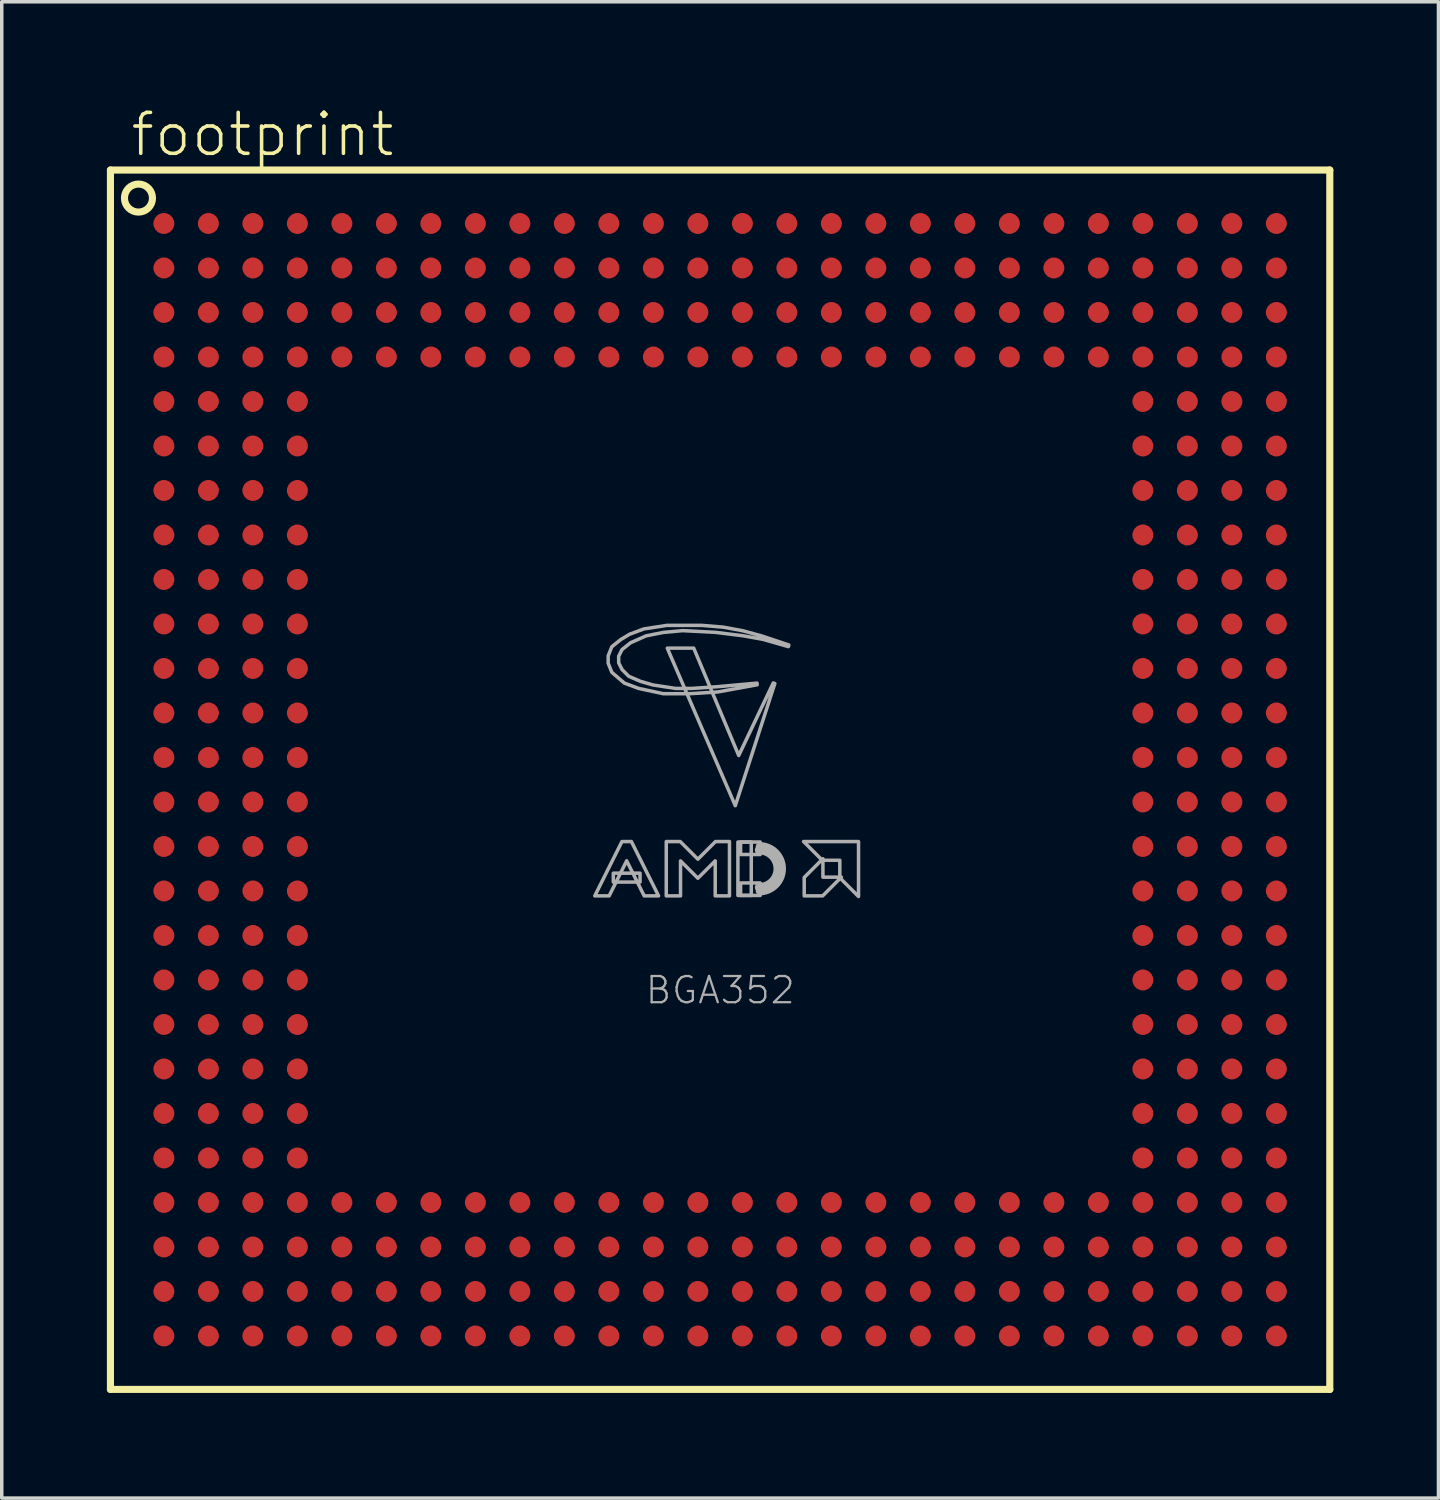
<source format=kicad_pcb>
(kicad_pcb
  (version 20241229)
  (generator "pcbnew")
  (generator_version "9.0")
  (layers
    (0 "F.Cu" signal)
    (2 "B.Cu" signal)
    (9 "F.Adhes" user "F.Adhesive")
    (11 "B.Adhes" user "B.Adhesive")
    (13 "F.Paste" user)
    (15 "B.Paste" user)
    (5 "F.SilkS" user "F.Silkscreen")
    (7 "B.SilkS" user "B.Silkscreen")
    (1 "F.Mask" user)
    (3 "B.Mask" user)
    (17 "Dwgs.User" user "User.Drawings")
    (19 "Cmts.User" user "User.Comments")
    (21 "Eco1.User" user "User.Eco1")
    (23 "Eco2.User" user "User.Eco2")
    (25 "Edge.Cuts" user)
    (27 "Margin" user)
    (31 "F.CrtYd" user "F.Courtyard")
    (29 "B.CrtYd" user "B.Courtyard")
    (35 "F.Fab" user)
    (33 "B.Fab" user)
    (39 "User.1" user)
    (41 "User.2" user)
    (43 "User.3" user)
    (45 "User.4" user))
  (footprint "footprint"
    (layer "F.Cu")
    (at 17.502 19.203)
    (property "Reference" "footprint" (at -16.88 -17.73 0) (layer "F.SilkS") (effects (font (size 1.168 1.168) (thickness 0.102)) (justify left bottom)))
    (fp_line (start -17.4 -17.4) (end -17.4 17.4) (stroke (width 0.203) (type solid)) (layer "F.SilkS"))
    (fp_line (start -17.4 17.4) (end 17.4 17.4) (stroke (width 0.203) (type solid)) (layer "F.SilkS"))
    (fp_line (start 17.4 -17.4) (end -17.4 -17.4) (stroke (width 0.203) (type solid)) (layer "F.SilkS"))
    (fp_line (start 17.4 17.4) (end 17.4 -17.4) (stroke (width 0.203) (type solid)) (layer "F.SilkS"))
    (fp_circle (center -16.6 -16.6) (end -16.2 -16.6) (stroke (width 0.203) (type solid)) (fill no) (layer "F.SilkS"))
    (fp_arc (start 1.1176 1.8034) (mid 1.8542 2.54) (end 1.1176 3.2766) (stroke (width 0.0508) (type solid)) (layer "F.Fab"))
    (fp_arc (start 1.1176 1.905) (mid 1.7526 2.54) (end 1.1176 3.175) (stroke (width 0.2032) (type solid)) (layer "F.Fab"))
    (fp_arc (start 1.1176 2.0066) (mid 1.651 2.54) (end 1.1176 3.0734) (stroke (width 0.254) (type solid)) (layer "F.Fab"))
    (fp_poly (pts (xy -3.048 2.921) (xy -2.286 2.921) (xy -2.286 2.667) (xy -3.048 2.667)) (stroke (width 0.1) (type solid)) (fill no) (layer "F.Fab"))
    (fp_poly (pts (xy 0.508 3.302) (xy 0.889 3.302) (xy 0.889 1.778) (xy 0.508 1.778)) (stroke (width 0.1) (type solid)) (fill no) (layer "F.Fab"))
    (fp_poly (pts (xy 0.584 2.134) (xy 1.143 2.134) (xy 1.143 1.778) (xy 0.584 1.778)) (stroke (width 0.1) (type solid)) (fill no) (layer "F.Fab"))
    (fp_poly (pts (xy 0.584 3.302) (xy 1.143 3.302) (xy 1.143 2.946) (xy 0.584 2.946)) (stroke (width 0.1) (type solid)) (fill no) (layer "F.Fab"))
    (fp_poly (pts (xy 0.531 -0.691) (xy 1.517 -2.762) (xy 1.561 -2.745) (xy 0.433 0.741) (xy -1.508 -3.755) (xy -0.753 -3.755)) (stroke (width 0.1) (type solid)) (fill no) (layer "F.Fab"))
    (fp_poly (pts (xy 2.934 2.781) (xy 3.46 2.781) (xy 2.926 3.315) (xy 2.4 3.315) (xy 2.4 2.789) (xy 2.934 2.255)) (stroke (width 0.1) (type solid)) (fill no) (layer "F.Fab"))
    (fp_poly (pts (xy 3.95 3.333) (xy 3.416 2.799) (xy 3.416 2.299) (xy 2.916 2.299) (xy 2.382 1.765) (xy 3.95 1.765)) (stroke (width 0.1) (type solid)) (fill no) (layer "F.Fab"))
    (fp_poly (pts (xy -1.757 3.315) (xy -2.167 3.315) (xy -2.667 2.314) (xy -3.167 3.315) (xy -3.577 3.315) (xy -2.802 1.765) (xy -2.532 1.765)) (stroke (width 0.1) (type solid)) (fill no) (layer "F.Fab"))
    (fp_poly (pts (xy -0.635 2.268) (xy -0.132 1.765) (xy 0.267 1.765) (xy 0.267 3.315) (xy -0.14 3.315) (xy -0.14 2.317) (xy -0.635 2.812) (xy -1.13 2.317) (xy -1.13 3.315) (xy -1.537 3.315) (xy -1.537 1.765) (xy -1.138 1.765)) (stroke (width 0.1) (type solid)) (fill no) (layer "F.Fab"))
    (fp_poly (pts (xy 0.083 -4.355) (xy 0.636 -4.254) (xy 1.187 -4.104) (xy 1.961 -3.846) (xy 1.947 -3.799) (xy 1.224 -4.006) (xy 0.676 -4.105) (xy -0.122 -4.205) (xy -1.07 -4.255) (xy -1.616 -4.205) (xy -2.112 -4.106) (xy -2.557 -3.908) (xy -2.8 -3.714) (xy -2.895 -3.524) (xy -2.895 -3.336) (xy -2.799 -3.145) (xy -2.606 -2.951) (xy -2.262 -2.804) (xy -1.915 -2.704) (xy -1.268 -2.605) (xy -0.821 -2.605) (xy -0.072 -2.655) (xy 1.052 -2.757) (xy 1.058 -2.71) (xy -0.067 -2.505) (xy -0.869 -2.455) (xy -1.623 -2.455) (xy -2.327 -2.606) (xy -2.733 -2.758) (xy -3.091 -3.065) (xy -3.195 -3.325) (xy -3.195 -3.535) (xy -3.091 -3.795) (xy -2.834 -4.001) (xy -2.581 -4.153) (xy -2.176 -4.304) (xy -1.522 -4.405) (xy -0.519 -4.405)) (stroke (width 0.1) (type solid)) (fill no) (layer "F.Fab"))
    (fp_text user "BGA352" (at -2.175 6.445 0) (layer "F.Fab") (effects (font (size 0.748 0.748) (thickness 0.065)) (justify left bottom)))
    (pad "A1" smd roundrect (at -15.875 -15.875) (size 0.6 0.6) (layers "F.Cu" "F.Mask" "F.Paste") (roundrect_rratio 0.5))
    (pad "A2" smd roundrect (at -14.605 -15.875) (size 0.6 0.6) (layers "F.Cu" "F.Mask" "F.Paste") (roundrect_rratio 0.5))
    (pad "A3" smd roundrect (at -13.335 -15.875) (size 0.6 0.6) (layers "F.Cu" "F.Mask" "F.Paste") (roundrect_rratio 0.5))
    (pad "A4" smd roundrect (at -12.065 -15.875) (size 0.6 0.6) (layers "F.Cu" "F.Mask" "F.Paste") (roundrect_rratio 0.5))
    (pad "A5" smd roundrect (at -10.795 -15.875) (size 0.6 0.6) (layers "F.Cu" "F.Mask" "F.Paste") (roundrect_rratio 0.5))
    (pad "A6" smd roundrect (at -9.525 -15.875) (size 0.6 0.6) (layers "F.Cu" "F.Mask" "F.Paste") (roundrect_rratio 0.5))
    (pad "A7" smd roundrect (at -8.255 -15.875) (size 0.6 0.6) (layers "F.Cu" "F.Mask" "F.Paste") (roundrect_rratio 0.5))
    (pad "A8" smd roundrect (at -6.985 -15.875) (size 0.6 0.6) (layers "F.Cu" "F.Mask" "F.Paste") (roundrect_rratio 0.5))
    (pad "A9" smd roundrect (at -5.715 -15.875) (size 0.6 0.6) (layers "F.Cu" "F.Mask" "F.Paste") (roundrect_rratio 0.5))
    (pad "A10" smd roundrect (at -4.445 -15.875) (size 0.6 0.6) (layers "F.Cu" "F.Mask" "F.Paste") (roundrect_rratio 0.5))
    (pad "A11" smd roundrect (at -3.175 -15.875) (size 0.6 0.6) (layers "F.Cu" "F.Mask" "F.Paste") (roundrect_rratio 0.5))
    (pad "A12" smd roundrect (at -1.905 -15.875) (size 0.6 0.6) (layers "F.Cu" "F.Mask" "F.Paste") (roundrect_rratio 0.5))
    (pad "A13" smd roundrect (at -0.635 -15.875) (size 0.6 0.6) (layers "F.Cu" "F.Mask" "F.Paste") (roundrect_rratio 0.5))
    (pad "A14" smd roundrect (at 0.635 -15.875) (size 0.6 0.6) (layers "F.Cu" "F.Mask" "F.Paste") (roundrect_rratio 0.5))
    (pad "A15" smd roundrect (at 1.905 -15.875) (size 0.6 0.6) (layers "F.Cu" "F.Mask" "F.Paste") (roundrect_rratio 0.5))
    (pad "A16" smd roundrect (at 3.175 -15.875) (size 0.6 0.6) (layers "F.Cu" "F.Mask" "F.Paste") (roundrect_rratio 0.5))
    (pad "A17" smd roundrect (at 4.445 -15.875) (size 0.6 0.6) (layers "F.Cu" "F.Mask" "F.Paste") (roundrect_rratio 0.5))
    (pad "A18" smd roundrect (at 5.715 -15.875) (size 0.6 0.6) (layers "F.Cu" "F.Mask" "F.Paste") (roundrect_rratio 0.5))
    (pad "A19" smd roundrect (at 6.985 -15.875) (size 0.6 0.6) (layers "F.Cu" "F.Mask" "F.Paste") (roundrect_rratio 0.5))
    (pad "A20" smd roundrect (at 8.255 -15.875) (size 0.6 0.6) (layers "F.Cu" "F.Mask" "F.Paste") (roundrect_rratio 0.5))
    (pad "A21" smd roundrect (at 9.525 -15.875) (size 0.6 0.6) (layers "F.Cu" "F.Mask" "F.Paste") (roundrect_rratio 0.5))
    (pad "A22" smd roundrect (at 10.795 -15.875) (size 0.6 0.6) (layers "F.Cu" "F.Mask" "F.Paste") (roundrect_rratio 0.5))
    (pad "A23" smd roundrect (at 12.065 -15.875) (size 0.6 0.6) (layers "F.Cu" "F.Mask" "F.Paste") (roundrect_rratio 0.5))
    (pad "A24" smd roundrect (at 13.335 -15.875) (size 0.6 0.6) (layers "F.Cu" "F.Mask" "F.Paste") (roundrect_rratio 0.5))
    (pad "A25" smd roundrect (at 14.605 -15.875) (size 0.6 0.6) (layers "F.Cu" "F.Mask" "F.Paste") (roundrect_rratio 0.5))
    (pad "A26" smd roundrect (at 15.875 -15.875) (size 0.6 0.6) (layers "F.Cu" "F.Mask" "F.Paste") (roundrect_rratio 0.5))
    (pad "AA1" smd roundrect (at -15.875 9.525) (size 0.6 0.6) (layers "F.Cu" "F.Mask" "F.Paste") (roundrect_rratio 0.5))
    (pad "AA2" smd roundrect (at -14.605 9.525) (size 0.6 0.6) (layers "F.Cu" "F.Mask" "F.Paste") (roundrect_rratio 0.5))
    (pad "AA3" smd roundrect (at -13.335 9.525) (size 0.6 0.6) (layers "F.Cu" "F.Mask" "F.Paste") (roundrect_rratio 0.5))
    (pad "AA4" smd roundrect (at -12.065 9.525) (size 0.6 0.6) (layers "F.Cu" "F.Mask" "F.Paste") (roundrect_rratio 0.5))
    (pad "AA23" smd roundrect (at 12.065 9.525) (size 0.6 0.6) (layers "F.Cu" "F.Mask" "F.Paste") (roundrect_rratio 0.5))
    (pad "AA24" smd roundrect (at 13.335 9.525) (size 0.6 0.6) (layers "F.Cu" "F.Mask" "F.Paste") (roundrect_rratio 0.5))
    (pad "AA25" smd roundrect (at 14.605 9.525) (size 0.6 0.6) (layers "F.Cu" "F.Mask" "F.Paste") (roundrect_rratio 0.5))
    (pad "AA26" smd roundrect (at 15.875 9.525) (size 0.6 0.6) (layers "F.Cu" "F.Mask" "F.Paste") (roundrect_rratio 0.5))
    (pad "AB1" smd roundrect (at -15.875 10.795) (size 0.6 0.6) (layers "F.Cu" "F.Mask" "F.Paste") (roundrect_rratio 0.5))
    (pad "AB2" smd roundrect (at -14.605 10.795) (size 0.6 0.6) (layers "F.Cu" "F.Mask" "F.Paste") (roundrect_rratio 0.5))
    (pad "AB3" smd roundrect (at -13.335 10.795) (size 0.6 0.6) (layers "F.Cu" "F.Mask" "F.Paste") (roundrect_rratio 0.5))
    (pad "AB4" smd roundrect (at -12.065 10.795) (size 0.6 0.6) (layers "F.Cu" "F.Mask" "F.Paste") (roundrect_rratio 0.5))
    (pad "AB23" smd roundrect (at 12.065 10.795) (size 0.6 0.6) (layers "F.Cu" "F.Mask" "F.Paste") (roundrect_rratio 0.5))
    (pad "AB24" smd roundrect (at 13.335 10.795) (size 0.6 0.6) (layers "F.Cu" "F.Mask" "F.Paste") (roundrect_rratio 0.5))
    (pad "AB25" smd roundrect (at 14.605 10.795) (size 0.6 0.6) (layers "F.Cu" "F.Mask" "F.Paste") (roundrect_rratio 0.5))
    (pad "AB26" smd roundrect (at 15.875 10.795) (size 0.6 0.6) (layers "F.Cu" "F.Mask" "F.Paste") (roundrect_rratio 0.5))
    (pad "AC1" smd roundrect (at -15.875 12.065) (size 0.6 0.6) (layers "F.Cu" "F.Mask" "F.Paste") (roundrect_rratio 0.5))
    (pad "AC2" smd roundrect (at -14.605 12.065) (size 0.6 0.6) (layers "F.Cu" "F.Mask" "F.Paste") (roundrect_rratio 0.5))
    (pad "AC3" smd roundrect (at -13.335 12.065) (size 0.6 0.6) (layers "F.Cu" "F.Mask" "F.Paste") (roundrect_rratio 0.5))
    (pad "AC4" smd roundrect (at -12.065 12.065) (size 0.6 0.6) (layers "F.Cu" "F.Mask" "F.Paste") (roundrect_rratio 0.5))
    (pad "AC5" smd roundrect (at -10.795 12.065) (size 0.6 0.6) (layers "F.Cu" "F.Mask" "F.Paste") (roundrect_rratio 0.5))
    (pad "AC6" smd roundrect (at -9.525 12.065) (size 0.6 0.6) (layers "F.Cu" "F.Mask" "F.Paste") (roundrect_rratio 0.5))
    (pad "AC7" smd roundrect (at -8.255 12.065) (size 0.6 0.6) (layers "F.Cu" "F.Mask" "F.Paste") (roundrect_rratio 0.5))
    (pad "AC8" smd roundrect (at -6.985 12.065) (size 0.6 0.6) (layers "F.Cu" "F.Mask" "F.Paste") (roundrect_rratio 0.5))
    (pad "AC9" smd roundrect (at -5.715 12.065) (size 0.6 0.6) (layers "F.Cu" "F.Mask" "F.Paste") (roundrect_rratio 0.5))
    (pad "AC10" smd roundrect (at -4.445 12.065) (size 0.6 0.6) (layers "F.Cu" "F.Mask" "F.Paste") (roundrect_rratio 0.5))
    (pad "AC11" smd roundrect (at -3.175 12.065) (size 0.6 0.6) (layers "F.Cu" "F.Mask" "F.Paste") (roundrect_rratio 0.5))
    (pad "AC12" smd roundrect (at -1.905 12.065) (size 0.6 0.6) (layers "F.Cu" "F.Mask" "F.Paste") (roundrect_rratio 0.5))
    (pad "AC13" smd roundrect (at -0.635 12.065) (size 0.6 0.6) (layers "F.Cu" "F.Mask" "F.Paste") (roundrect_rratio 0.5))
    (pad "AC14" smd roundrect (at 0.635 12.065) (size 0.6 0.6) (layers "F.Cu" "F.Mask" "F.Paste") (roundrect_rratio 0.5))
    (pad "AC15" smd roundrect (at 1.905 12.065) (size 0.6 0.6) (layers "F.Cu" "F.Mask" "F.Paste") (roundrect_rratio 0.5))
    (pad "AC16" smd roundrect (at 3.175 12.065) (size 0.6 0.6) (layers "F.Cu" "F.Mask" "F.Paste") (roundrect_rratio 0.5))
    (pad "AC17" smd roundrect (at 4.445 12.065) (size 0.6 0.6) (layers "F.Cu" "F.Mask" "F.Paste") (roundrect_rratio 0.5))
    (pad "AC18" smd roundrect (at 5.715 12.065) (size 0.6 0.6) (layers "F.Cu" "F.Mask" "F.Paste") (roundrect_rratio 0.5))
    (pad "AC19" smd roundrect (at 6.985 12.065) (size 0.6 0.6) (layers "F.Cu" "F.Mask" "F.Paste") (roundrect_rratio 0.5))
    (pad "AC20" smd roundrect (at 8.255 12.065) (size 0.6 0.6) (layers "F.Cu" "F.Mask" "F.Paste") (roundrect_rratio 0.5))
    (pad "AC21" smd roundrect (at 9.525 12.065) (size 0.6 0.6) (layers "F.Cu" "F.Mask" "F.Paste") (roundrect_rratio 0.5))
    (pad "AC22" smd roundrect (at 10.795 12.065) (size 0.6 0.6) (layers "F.Cu" "F.Mask" "F.Paste") (roundrect_rratio 0.5))
    (pad "AC23" smd roundrect (at 12.065 12.065) (size 0.6 0.6) (layers "F.Cu" "F.Mask" "F.Paste") (roundrect_rratio 0.5))
    (pad "AC24" smd roundrect (at 13.335 12.065) (size 0.6 0.6) (layers "F.Cu" "F.Mask" "F.Paste") (roundrect_rratio 0.5))
    (pad "AC25" smd roundrect (at 14.605 12.065) (size 0.6 0.6) (layers "F.Cu" "F.Mask" "F.Paste") (roundrect_rratio 0.5))
    (pad "AC26" smd roundrect (at 15.875 12.065) (size 0.6 0.6) (layers "F.Cu" "F.Mask" "F.Paste") (roundrect_rratio 0.5))
    (pad "AD1" smd roundrect (at -15.875 13.335) (size 0.6 0.6) (layers "F.Cu" "F.Mask" "F.Paste") (roundrect_rratio 0.5))
    (pad "AD2" smd roundrect (at -14.605 13.335) (size 0.6 0.6) (layers "F.Cu" "F.Mask" "F.Paste") (roundrect_rratio 0.5))
    (pad "AD3" smd roundrect (at -13.335 13.335) (size 0.6 0.6) (layers "F.Cu" "F.Mask" "F.Paste") (roundrect_rratio 0.5))
    (pad "AD4" smd roundrect (at -12.065 13.335) (size 0.6 0.6) (layers "F.Cu" "F.Mask" "F.Paste") (roundrect_rratio 0.5))
    (pad "AD5" smd roundrect (at -10.795 13.335) (size 0.6 0.6) (layers "F.Cu" "F.Mask" "F.Paste") (roundrect_rratio 0.5))
    (pad "AD6" smd roundrect (at -9.525 13.335) (size 0.6 0.6) (layers "F.Cu" "F.Mask" "F.Paste") (roundrect_rratio 0.5))
    (pad "AD7" smd roundrect (at -8.255 13.335) (size 0.6 0.6) (layers "F.Cu" "F.Mask" "F.Paste") (roundrect_rratio 0.5))
    (pad "AD8" smd roundrect (at -6.985 13.335) (size 0.6 0.6) (layers "F.Cu" "F.Mask" "F.Paste") (roundrect_rratio 0.5))
    (pad "AD9" smd roundrect (at -5.715 13.335) (size 0.6 0.6) (layers "F.Cu" "F.Mask" "F.Paste") (roundrect_rratio 0.5))
    (pad "AD10" smd roundrect (at -4.445 13.335) (size 0.6 0.6) (layers "F.Cu" "F.Mask" "F.Paste") (roundrect_rratio 0.5))
    (pad "AD11" smd roundrect (at -3.175 13.335) (size 0.6 0.6) (layers "F.Cu" "F.Mask" "F.Paste") (roundrect_rratio 0.5))
    (pad "AD12" smd roundrect (at -1.905 13.335) (size 0.6 0.6) (layers "F.Cu" "F.Mask" "F.Paste") (roundrect_rratio 0.5))
    (pad "AD13" smd roundrect (at -0.635 13.335) (size 0.6 0.6) (layers "F.Cu" "F.Mask" "F.Paste") (roundrect_rratio 0.5))
    (pad "AD14" smd roundrect (at 0.635 13.335) (size 0.6 0.6) (layers "F.Cu" "F.Mask" "F.Paste") (roundrect_rratio 0.5))
    (pad "AD15" smd roundrect (at 1.905 13.335) (size 0.6 0.6) (layers "F.Cu" "F.Mask" "F.Paste") (roundrect_rratio 0.5))
    (pad "AD16" smd roundrect (at 3.175 13.335) (size 0.6 0.6) (layers "F.Cu" "F.Mask" "F.Paste") (roundrect_rratio 0.5))
    (pad "AD17" smd roundrect (at 4.445 13.335) (size 0.6 0.6) (layers "F.Cu" "F.Mask" "F.Paste") (roundrect_rratio 0.5))
    (pad "AD18" smd roundrect (at 5.715 13.335) (size 0.6 0.6) (layers "F.Cu" "F.Mask" "F.Paste") (roundrect_rratio 0.5))
    (pad "AD19" smd roundrect (at 6.985 13.335) (size 0.6 0.6) (layers "F.Cu" "F.Mask" "F.Paste") (roundrect_rratio 0.5))
    (pad "AD20" smd roundrect (at 8.255 13.335) (size 0.6 0.6) (layers "F.Cu" "F.Mask" "F.Paste") (roundrect_rratio 0.5))
    (pad "AD21" smd roundrect (at 9.525 13.335) (size 0.6 0.6) (layers "F.Cu" "F.Mask" "F.Paste") (roundrect_rratio 0.5))
    (pad "AD22" smd roundrect (at 10.795 13.335) (size 0.6 0.6) (layers "F.Cu" "F.Mask" "F.Paste") (roundrect_rratio 0.5))
    (pad "AD23" smd roundrect (at 12.065 13.335) (size 0.6 0.6) (layers "F.Cu" "F.Mask" "F.Paste") (roundrect_rratio 0.5))
    (pad "AD24" smd roundrect (at 13.335 13.335) (size 0.6 0.6) (layers "F.Cu" "F.Mask" "F.Paste") (roundrect_rratio 0.5))
    (pad "AD25" smd roundrect (at 14.605 13.335) (size 0.6 0.6) (layers "F.Cu" "F.Mask" "F.Paste") (roundrect_rratio 0.5))
    (pad "AD26" smd roundrect (at 15.875 13.335) (size 0.6 0.6) (layers "F.Cu" "F.Mask" "F.Paste") (roundrect_rratio 0.5))
    (pad "AE1" smd roundrect (at -15.875 14.605) (size 0.6 0.6) (layers "F.Cu" "F.Mask" "F.Paste") (roundrect_rratio 0.5))
    (pad "AE2" smd roundrect (at -14.605 14.605) (size 0.6 0.6) (layers "F.Cu" "F.Mask" "F.Paste") (roundrect_rratio 0.5))
    (pad "AE3" smd roundrect (at -13.335 14.605) (size 0.6 0.6) (layers "F.Cu" "F.Mask" "F.Paste") (roundrect_rratio 0.5))
    (pad "AE4" smd roundrect (at -12.065 14.605) (size 0.6 0.6) (layers "F.Cu" "F.Mask" "F.Paste") (roundrect_rratio 0.5))
    (pad "AE5" smd roundrect (at -10.795 14.605) (size 0.6 0.6) (layers "F.Cu" "F.Mask" "F.Paste") (roundrect_rratio 0.5))
    (pad "AE6" smd roundrect (at -9.525 14.605) (size 0.6 0.6) (layers "F.Cu" "F.Mask" "F.Paste") (roundrect_rratio 0.5))
    (pad "AE7" smd roundrect (at -8.255 14.605) (size 0.6 0.6) (layers "F.Cu" "F.Mask" "F.Paste") (roundrect_rratio 0.5))
    (pad "AE8" smd roundrect (at -6.985 14.605) (size 0.6 0.6) (layers "F.Cu" "F.Mask" "F.Paste") (roundrect_rratio 0.5))
    (pad "AE9" smd roundrect (at -5.715 14.605) (size 0.6 0.6) (layers "F.Cu" "F.Mask" "F.Paste") (roundrect_rratio 0.5))
    (pad "AE10" smd roundrect (at -4.445 14.605) (size 0.6 0.6) (layers "F.Cu" "F.Mask" "F.Paste") (roundrect_rratio 0.5))
    (pad "AE11" smd roundrect (at -3.175 14.605) (size 0.6 0.6) (layers "F.Cu" "F.Mask" "F.Paste") (roundrect_rratio 0.5))
    (pad "AE12" smd roundrect (at -1.905 14.605) (size 0.6 0.6) (layers "F.Cu" "F.Mask" "F.Paste") (roundrect_rratio 0.5))
    (pad "AE13" smd roundrect (at -0.635 14.605) (size 0.6 0.6) (layers "F.Cu" "F.Mask" "F.Paste") (roundrect_rratio 0.5))
    (pad "AE14" smd roundrect (at 0.635 14.605) (size 0.6 0.6) (layers "F.Cu" "F.Mask" "F.Paste") (roundrect_rratio 0.5))
    (pad "AE15" smd roundrect (at 1.905 14.605) (size 0.6 0.6) (layers "F.Cu" "F.Mask" "F.Paste") (roundrect_rratio 0.5))
    (pad "AE16" smd roundrect (at 3.175 14.605) (size 0.6 0.6) (layers "F.Cu" "F.Mask" "F.Paste") (roundrect_rratio 0.5))
    (pad "AE17" smd roundrect (at 4.445 14.605) (size 0.6 0.6) (layers "F.Cu" "F.Mask" "F.Paste") (roundrect_rratio 0.5))
    (pad "AE18" smd roundrect (at 5.715 14.605) (size 0.6 0.6) (layers "F.Cu" "F.Mask" "F.Paste") (roundrect_rratio 0.5))
    (pad "AE19" smd roundrect (at 6.985 14.605) (size 0.6 0.6) (layers "F.Cu" "F.Mask" "F.Paste") (roundrect_rratio 0.5))
    (pad "AE20" smd roundrect (at 8.255 14.605) (size 0.6 0.6) (layers "F.Cu" "F.Mask" "F.Paste") (roundrect_rratio 0.5))
    (pad "AE21" smd roundrect (at 9.525 14.605) (size 0.6 0.6) (layers "F.Cu" "F.Mask" "F.Paste") (roundrect_rratio 0.5))
    (pad "AE22" smd roundrect (at 10.795 14.605) (size 0.6 0.6) (layers "F.Cu" "F.Mask" "F.Paste") (roundrect_rratio 0.5))
    (pad "AE23" smd roundrect (at 12.065 14.605) (size 0.6 0.6) (layers "F.Cu" "F.Mask" "F.Paste") (roundrect_rratio 0.5))
    (pad "AE24" smd roundrect (at 13.335 14.605) (size 0.6 0.6) (layers "F.Cu" "F.Mask" "F.Paste") (roundrect_rratio 0.5))
    (pad "AE25" smd roundrect (at 14.605 14.605) (size 0.6 0.6) (layers "F.Cu" "F.Mask" "F.Paste") (roundrect_rratio 0.5))
    (pad "AE26" smd roundrect (at 15.875 14.605) (size 0.6 0.6) (layers "F.Cu" "F.Mask" "F.Paste") (roundrect_rratio 0.5))
    (pad "AF1" smd roundrect (at -15.875 15.875) (size 0.6 0.6) (layers "F.Cu" "F.Mask" "F.Paste") (roundrect_rratio 0.5))
    (pad "AF2" smd roundrect (at -14.605 15.875) (size 0.6 0.6) (layers "F.Cu" "F.Mask" "F.Paste") (roundrect_rratio 0.5))
    (pad "AF3" smd roundrect (at -13.335 15.875) (size 0.6 0.6) (layers "F.Cu" "F.Mask" "F.Paste") (roundrect_rratio 0.5))
    (pad "AF4" smd roundrect (at -12.065 15.875) (size 0.6 0.6) (layers "F.Cu" "F.Mask" "F.Paste") (roundrect_rratio 0.5))
    (pad "AF5" smd roundrect (at -10.795 15.875) (size 0.6 0.6) (layers "F.Cu" "F.Mask" "F.Paste") (roundrect_rratio 0.5))
    (pad "AF6" smd roundrect (at -9.525 15.875) (size 0.6 0.6) (layers "F.Cu" "F.Mask" "F.Paste") (roundrect_rratio 0.5))
    (pad "AF7" smd roundrect (at -8.255 15.875) (size 0.6 0.6) (layers "F.Cu" "F.Mask" "F.Paste") (roundrect_rratio 0.5))
    (pad "AF8" smd roundrect (at -6.985 15.875) (size 0.6 0.6) (layers "F.Cu" "F.Mask" "F.Paste") (roundrect_rratio 0.5))
    (pad "AF9" smd roundrect (at -5.715 15.875) (size 0.6 0.6) (layers "F.Cu" "F.Mask" "F.Paste") (roundrect_rratio 0.5))
    (pad "AF10" smd roundrect (at -4.445 15.875) (size 0.6 0.6) (layers "F.Cu" "F.Mask" "F.Paste") (roundrect_rratio 0.5))
    (pad "AF11" smd roundrect (at -3.175 15.875) (size 0.6 0.6) (layers "F.Cu" "F.Mask" "F.Paste") (roundrect_rratio 0.5))
    (pad "AF12" smd roundrect (at -1.905 15.875) (size 0.6 0.6) (layers "F.Cu" "F.Mask" "F.Paste") (roundrect_rratio 0.5))
    (pad "AF13" smd roundrect (at -0.635 15.875) (size 0.6 0.6) (layers "F.Cu" "F.Mask" "F.Paste") (roundrect_rratio 0.5))
    (pad "AF14" smd roundrect (at 0.635 15.875) (size 0.6 0.6) (layers "F.Cu" "F.Mask" "F.Paste") (roundrect_rratio 0.5))
    (pad "AF15" smd roundrect (at 1.905 15.875) (size 0.6 0.6) (layers "F.Cu" "F.Mask" "F.Paste") (roundrect_rratio 0.5))
    (pad "AF16" smd roundrect (at 3.175 15.875) (size 0.6 0.6) (layers "F.Cu" "F.Mask" "F.Paste") (roundrect_rratio 0.5))
    (pad "AF17" smd roundrect (at 4.445 15.875) (size 0.6 0.6) (layers "F.Cu" "F.Mask" "F.Paste") (roundrect_rratio 0.5))
    (pad "AF18" smd roundrect (at 5.715 15.875) (size 0.6 0.6) (layers "F.Cu" "F.Mask" "F.Paste") (roundrect_rratio 0.5))
    (pad "AF19" smd roundrect (at 6.985 15.875) (size 0.6 0.6) (layers "F.Cu" "F.Mask" "F.Paste") (roundrect_rratio 0.5))
    (pad "AF20" smd roundrect (at 8.255 15.875) (size 0.6 0.6) (layers "F.Cu" "F.Mask" "F.Paste") (roundrect_rratio 0.5))
    (pad "AF21" smd roundrect (at 9.525 15.875) (size 0.6 0.6) (layers "F.Cu" "F.Mask" "F.Paste") (roundrect_rratio 0.5))
    (pad "AF22" smd roundrect (at 10.795 15.875) (size 0.6 0.6) (layers "F.Cu" "F.Mask" "F.Paste") (roundrect_rratio 0.5))
    (pad "AF23" smd roundrect (at 12.065 15.875) (size 0.6 0.6) (layers "F.Cu" "F.Mask" "F.Paste") (roundrect_rratio 0.5))
    (pad "AF24" smd roundrect (at 13.335 15.875) (size 0.6 0.6) (layers "F.Cu" "F.Mask" "F.Paste") (roundrect_rratio 0.5))
    (pad "AF25" smd roundrect (at 14.605 15.875) (size 0.6 0.6) (layers "F.Cu" "F.Mask" "F.Paste") (roundrect_rratio 0.5))
    (pad "AF26" smd roundrect (at 15.875 15.875) (size 0.6 0.6) (layers "F.Cu" "F.Mask" "F.Paste") (roundrect_rratio 0.5))
    (pad "B1" smd roundrect (at -15.875 -14.605) (size 0.6 0.6) (layers "F.Cu" "F.Mask" "F.Paste") (roundrect_rratio 0.5))
    (pad "B2" smd roundrect (at -14.605 -14.605) (size 0.6 0.6) (layers "F.Cu" "F.Mask" "F.Paste") (roundrect_rratio 0.5))
    (pad "B3" smd roundrect (at -13.335 -14.605) (size 0.6 0.6) (layers "F.Cu" "F.Mask" "F.Paste") (roundrect_rratio 0.5))
    (pad "B4" smd roundrect (at -12.065 -14.605) (size 0.6 0.6) (layers "F.Cu" "F.Mask" "F.Paste") (roundrect_rratio 0.5))
    (pad "B5" smd roundrect (at -10.795 -14.605) (size 0.6 0.6) (layers "F.Cu" "F.Mask" "F.Paste") (roundrect_rratio 0.5))
    (pad "B6" smd roundrect (at -9.525 -14.605) (size 0.6 0.6) (layers "F.Cu" "F.Mask" "F.Paste") (roundrect_rratio 0.5))
    (pad "B7" smd roundrect (at -8.255 -14.605) (size 0.6 0.6) (layers "F.Cu" "F.Mask" "F.Paste") (roundrect_rratio 0.5))
    (pad "B8" smd roundrect (at -6.985 -14.605) (size 0.6 0.6) (layers "F.Cu" "F.Mask" "F.Paste") (roundrect_rratio 0.5))
    (pad "B9" smd roundrect (at -5.715 -14.605) (size 0.6 0.6) (layers "F.Cu" "F.Mask" "F.Paste") (roundrect_rratio 0.5))
    (pad "B10" smd roundrect (at -4.445 -14.605) (size 0.6 0.6) (layers "F.Cu" "F.Mask" "F.Paste") (roundrect_rratio 0.5))
    (pad "B11" smd roundrect (at -3.175 -14.605) (size 0.6 0.6) (layers "F.Cu" "F.Mask" "F.Paste") (roundrect_rratio 0.5))
    (pad "B12" smd roundrect (at -1.905 -14.605) (size 0.6 0.6) (layers "F.Cu" "F.Mask" "F.Paste") (roundrect_rratio 0.5))
    (pad "B13" smd roundrect (at -0.635 -14.605) (size 0.6 0.6) (layers "F.Cu" "F.Mask" "F.Paste") (roundrect_rratio 0.5))
    (pad "B14" smd roundrect (at 0.635 -14.605) (size 0.6 0.6) (layers "F.Cu" "F.Mask" "F.Paste") (roundrect_rratio 0.5))
    (pad "B15" smd roundrect (at 1.905 -14.605) (size 0.6 0.6) (layers "F.Cu" "F.Mask" "F.Paste") (roundrect_rratio 0.5))
    (pad "B16" smd roundrect (at 3.175 -14.605) (size 0.6 0.6) (layers "F.Cu" "F.Mask" "F.Paste") (roundrect_rratio 0.5))
    (pad "B17" smd roundrect (at 4.445 -14.605) (size 0.6 0.6) (layers "F.Cu" "F.Mask" "F.Paste") (roundrect_rratio 0.5))
    (pad "B18" smd roundrect (at 5.715 -14.605) (size 0.6 0.6) (layers "F.Cu" "F.Mask" "F.Paste") (roundrect_rratio 0.5))
    (pad "B19" smd roundrect (at 6.985 -14.605) (size 0.6 0.6) (layers "F.Cu" "F.Mask" "F.Paste") (roundrect_rratio 0.5))
    (pad "B20" smd roundrect (at 8.255 -14.605) (size 0.6 0.6) (layers "F.Cu" "F.Mask" "F.Paste") (roundrect_rratio 0.5))
    (pad "B21" smd roundrect (at 9.525 -14.605) (size 0.6 0.6) (layers "F.Cu" "F.Mask" "F.Paste") (roundrect_rratio 0.5))
    (pad "B22" smd roundrect (at 10.795 -14.605) (size 0.6 0.6) (layers "F.Cu" "F.Mask" "F.Paste") (roundrect_rratio 0.5))
    (pad "B23" smd roundrect (at 12.065 -14.605) (size 0.6 0.6) (layers "F.Cu" "F.Mask" "F.Paste") (roundrect_rratio 0.5))
    (pad "B24" smd roundrect (at 13.335 -14.605) (size 0.6 0.6) (layers "F.Cu" "F.Mask" "F.Paste") (roundrect_rratio 0.5))
    (pad "B25" smd roundrect (at 14.605 -14.605) (size 0.6 0.6) (layers "F.Cu" "F.Mask" "F.Paste") (roundrect_rratio 0.5))
    (pad "B26" smd roundrect (at 15.875 -14.605) (size 0.6 0.6) (layers "F.Cu" "F.Mask" "F.Paste") (roundrect_rratio 0.5))
    (pad "C1" smd roundrect (at -15.875 -13.335) (size 0.6 0.6) (layers "F.Cu" "F.Mask" "F.Paste") (roundrect_rratio 0.5))
    (pad "C2" smd roundrect (at -14.605 -13.335) (size 0.6 0.6) (layers "F.Cu" "F.Mask" "F.Paste") (roundrect_rratio 0.5))
    (pad "C3" smd roundrect (at -13.335 -13.335) (size 0.6 0.6) (layers "F.Cu" "F.Mask" "F.Paste") (roundrect_rratio 0.5))
    (pad "C4" smd roundrect (at -12.065 -13.335) (size 0.6 0.6) (layers "F.Cu" "F.Mask" "F.Paste") (roundrect_rratio 0.5))
    (pad "C5" smd roundrect (at -10.795 -13.335) (size 0.6 0.6) (layers "F.Cu" "F.Mask" "F.Paste") (roundrect_rratio 0.5))
    (pad "C6" smd roundrect (at -9.525 -13.335) (size 0.6 0.6) (layers "F.Cu" "F.Mask" "F.Paste") (roundrect_rratio 0.5))
    (pad "C7" smd roundrect (at -8.255 -13.335) (size 0.6 0.6) (layers "F.Cu" "F.Mask" "F.Paste") (roundrect_rratio 0.5))
    (pad "C8" smd roundrect (at -6.985 -13.335) (size 0.6 0.6) (layers "F.Cu" "F.Mask" "F.Paste") (roundrect_rratio 0.5))
    (pad "C9" smd roundrect (at -5.715 -13.335) (size 0.6 0.6) (layers "F.Cu" "F.Mask" "F.Paste") (roundrect_rratio 0.5))
    (pad "C10" smd roundrect (at -4.445 -13.335) (size 0.6 0.6) (layers "F.Cu" "F.Mask" "F.Paste") (roundrect_rratio 0.5))
    (pad "C11" smd roundrect (at -3.175 -13.335) (size 0.6 0.6) (layers "F.Cu" "F.Mask" "F.Paste") (roundrect_rratio 0.5))
    (pad "C12" smd roundrect (at -1.905 -13.335) (size 0.6 0.6) (layers "F.Cu" "F.Mask" "F.Paste") (roundrect_rratio 0.5))
    (pad "C13" smd roundrect (at -0.635 -13.335) (size 0.6 0.6) (layers "F.Cu" "F.Mask" "F.Paste") (roundrect_rratio 0.5))
    (pad "C14" smd roundrect (at 0.635 -13.335) (size 0.6 0.6) (layers "F.Cu" "F.Mask" "F.Paste") (roundrect_rratio 0.5))
    (pad "C15" smd roundrect (at 1.905 -13.335) (size 0.6 0.6) (layers "F.Cu" "F.Mask" "F.Paste") (roundrect_rratio 0.5))
    (pad "C16" smd roundrect (at 3.175 -13.335) (size 0.6 0.6) (layers "F.Cu" "F.Mask" "F.Paste") (roundrect_rratio 0.5))
    (pad "C17" smd roundrect (at 4.445 -13.335) (size 0.6 0.6) (layers "F.Cu" "F.Mask" "F.Paste") (roundrect_rratio 0.5))
    (pad "C18" smd roundrect (at 5.715 -13.335) (size 0.6 0.6) (layers "F.Cu" "F.Mask" "F.Paste") (roundrect_rratio 0.5))
    (pad "C19" smd roundrect (at 6.985 -13.335) (size 0.6 0.6) (layers "F.Cu" "F.Mask" "F.Paste") (roundrect_rratio 0.5))
    (pad "C20" smd roundrect (at 8.255 -13.335) (size 0.6 0.6) (layers "F.Cu" "F.Mask" "F.Paste") (roundrect_rratio 0.5))
    (pad "C21" smd roundrect (at 9.525 -13.335) (size 0.6 0.6) (layers "F.Cu" "F.Mask" "F.Paste") (roundrect_rratio 0.5))
    (pad "C22" smd roundrect (at 10.795 -13.335) (size 0.6 0.6) (layers "F.Cu" "F.Mask" "F.Paste") (roundrect_rratio 0.5))
    (pad "C23" smd roundrect (at 12.065 -13.335) (size 0.6 0.6) (layers "F.Cu" "F.Mask" "F.Paste") (roundrect_rratio 0.5))
    (pad "C24" smd roundrect (at 13.335 -13.335) (size 0.6 0.6) (layers "F.Cu" "F.Mask" "F.Paste") (roundrect_rratio 0.5))
    (pad "C25" smd roundrect (at 14.605 -13.335) (size 0.6 0.6) (layers "F.Cu" "F.Mask" "F.Paste") (roundrect_rratio 0.5))
    (pad "C26" smd roundrect (at 15.875 -13.335) (size 0.6 0.6) (layers "F.Cu" "F.Mask" "F.Paste") (roundrect_rratio 0.5))
    (pad "D1" smd roundrect (at -15.875 -12.065) (size 0.6 0.6) (layers "F.Cu" "F.Mask" "F.Paste") (roundrect_rratio 0.5))
    (pad "D2" smd roundrect (at -14.605 -12.065) (size 0.6 0.6) (layers "F.Cu" "F.Mask" "F.Paste") (roundrect_rratio 0.5))
    (pad "D3" smd roundrect (at -13.335 -12.065) (size 0.6 0.6) (layers "F.Cu" "F.Mask" "F.Paste") (roundrect_rratio 0.5))
    (pad "D4" smd roundrect (at -12.065 -12.065) (size 0.6 0.6) (layers "F.Cu" "F.Mask" "F.Paste") (roundrect_rratio 0.5))
    (pad "D5" smd roundrect (at -10.795 -12.065) (size 0.6 0.6) (layers "F.Cu" "F.Mask" "F.Paste") (roundrect_rratio 0.5))
    (pad "D6" smd roundrect (at -9.525 -12.065) (size 0.6 0.6) (layers "F.Cu" "F.Mask" "F.Paste") (roundrect_rratio 0.5))
    (pad "D7" smd roundrect (at -8.255 -12.065) (size 0.6 0.6) (layers "F.Cu" "F.Mask" "F.Paste") (roundrect_rratio 0.5))
    (pad "D8" smd roundrect (at -6.985 -12.065) (size 0.6 0.6) (layers "F.Cu" "F.Mask" "F.Paste") (roundrect_rratio 0.5))
    (pad "D9" smd roundrect (at -5.715 -12.065) (size 0.6 0.6) (layers "F.Cu" "F.Mask" "F.Paste") (roundrect_rratio 0.5))
    (pad "D10" smd roundrect (at -4.445 -12.065) (size 0.6 0.6) (layers "F.Cu" "F.Mask" "F.Paste") (roundrect_rratio 0.5))
    (pad "D11" smd roundrect (at -3.175 -12.065) (size 0.6 0.6) (layers "F.Cu" "F.Mask" "F.Paste") (roundrect_rratio 0.5))
    (pad "D12" smd roundrect (at -1.905 -12.065) (size 0.6 0.6) (layers "F.Cu" "F.Mask" "F.Paste") (roundrect_rratio 0.5))
    (pad "D13" smd roundrect (at -0.635 -12.065) (size 0.6 0.6) (layers "F.Cu" "F.Mask" "F.Paste") (roundrect_rratio 0.5))
    (pad "D14" smd roundrect (at 0.635 -12.065) (size 0.6 0.6) (layers "F.Cu" "F.Mask" "F.Paste") (roundrect_rratio 0.5))
    (pad "D15" smd roundrect (at 1.905 -12.065) (size 0.6 0.6) (layers "F.Cu" "F.Mask" "F.Paste") (roundrect_rratio 0.5))
    (pad "D16" smd roundrect (at 3.175 -12.065) (size 0.6 0.6) (layers "F.Cu" "F.Mask" "F.Paste") (roundrect_rratio 0.5))
    (pad "D17" smd roundrect (at 4.445 -12.065) (size 0.6 0.6) (layers "F.Cu" "F.Mask" "F.Paste") (roundrect_rratio 0.5))
    (pad "D18" smd roundrect (at 5.715 -12.065) (size 0.6 0.6) (layers "F.Cu" "F.Mask" "F.Paste") (roundrect_rratio 0.5))
    (pad "D19" smd roundrect (at 6.985 -12.065) (size 0.6 0.6) (layers "F.Cu" "F.Mask" "F.Paste") (roundrect_rratio 0.5))
    (pad "D20" smd roundrect (at 8.255 -12.065) (size 0.6 0.6) (layers "F.Cu" "F.Mask" "F.Paste") (roundrect_rratio 0.5))
    (pad "D21" smd roundrect (at 9.525 -12.065) (size 0.6 0.6) (layers "F.Cu" "F.Mask" "F.Paste") (roundrect_rratio 0.5))
    (pad "D22" smd roundrect (at 10.795 -12.065) (size 0.6 0.6) (layers "F.Cu" "F.Mask" "F.Paste") (roundrect_rratio 0.5))
    (pad "D23" smd roundrect (at 12.065 -12.065) (size 0.6 0.6) (layers "F.Cu" "F.Mask" "F.Paste") (roundrect_rratio 0.5))
    (pad "D24" smd roundrect (at 13.335 -12.065) (size 0.6 0.6) (layers "F.Cu" "F.Mask" "F.Paste") (roundrect_rratio 0.5))
    (pad "D25" smd roundrect (at 14.605 -12.065) (size 0.6 0.6) (layers "F.Cu" "F.Mask" "F.Paste") (roundrect_rratio 0.5))
    (pad "D26" smd roundrect (at 15.875 -12.065) (size 0.6 0.6) (layers "F.Cu" "F.Mask" "F.Paste") (roundrect_rratio 0.5))
    (pad "E1" smd roundrect (at -15.875 -10.795) (size 0.6 0.6) (layers "F.Cu" "F.Mask" "F.Paste") (roundrect_rratio 0.5))
    (pad "E2" smd roundrect (at -14.605 -10.795) (size 0.6 0.6) (layers "F.Cu" "F.Mask" "F.Paste") (roundrect_rratio 0.5))
    (pad "E3" smd roundrect (at -13.335 -10.795) (size 0.6 0.6) (layers "F.Cu" "F.Mask" "F.Paste") (roundrect_rratio 0.5))
    (pad "E4" smd roundrect (at -12.065 -10.795) (size 0.6 0.6) (layers "F.Cu" "F.Mask" "F.Paste") (roundrect_rratio 0.5))
    (pad "E23" smd roundrect (at 12.065 -10.795) (size 0.6 0.6) (layers "F.Cu" "F.Mask" "F.Paste") (roundrect_rratio 0.5))
    (pad "E24" smd roundrect (at 13.335 -10.795) (size 0.6 0.6) (layers "F.Cu" "F.Mask" "F.Paste") (roundrect_rratio 0.5))
    (pad "E25" smd roundrect (at 14.605 -10.795) (size 0.6 0.6) (layers "F.Cu" "F.Mask" "F.Paste") (roundrect_rratio 0.5))
    (pad "E26" smd roundrect (at 15.875 -10.795) (size 0.6 0.6) (layers "F.Cu" "F.Mask" "F.Paste") (roundrect_rratio 0.5))
    (pad "F1" smd roundrect (at -15.875 -9.525) (size 0.6 0.6) (layers "F.Cu" "F.Mask" "F.Paste") (roundrect_rratio 0.5))
    (pad "F2" smd roundrect (at -14.605 -9.525) (size 0.6 0.6) (layers "F.Cu" "F.Mask" "F.Paste") (roundrect_rratio 0.5))
    (pad "F3" smd roundrect (at -13.335 -9.525) (size 0.6 0.6) (layers "F.Cu" "F.Mask" "F.Paste") (roundrect_rratio 0.5))
    (pad "F4" smd roundrect (at -12.065 -9.525) (size 0.6 0.6) (layers "F.Cu" "F.Mask" "F.Paste") (roundrect_rratio 0.5))
    (pad "F23" smd roundrect (at 12.065 -9.525) (size 0.6 0.6) (layers "F.Cu" "F.Mask" "F.Paste") (roundrect_rratio 0.5))
    (pad "F24" smd roundrect (at 13.335 -9.525) (size 0.6 0.6) (layers "F.Cu" "F.Mask" "F.Paste") (roundrect_rratio 0.5))
    (pad "F25" smd roundrect (at 14.605 -9.525) (size 0.6 0.6) (layers "F.Cu" "F.Mask" "F.Paste") (roundrect_rratio 0.5))
    (pad "F26" smd roundrect (at 15.875 -9.525) (size 0.6 0.6) (layers "F.Cu" "F.Mask" "F.Paste") (roundrect_rratio 0.5))
    (pad "G1" smd roundrect (at -15.875 -8.255) (size 0.6 0.6) (layers "F.Cu" "F.Mask" "F.Paste") (roundrect_rratio 0.5))
    (pad "G2" smd roundrect (at -14.605 -8.255) (size 0.6 0.6) (layers "F.Cu" "F.Mask" "F.Paste") (roundrect_rratio 0.5))
    (pad "G3" smd roundrect (at -13.335 -8.255) (size 0.6 0.6) (layers "F.Cu" "F.Mask" "F.Paste") (roundrect_rratio 0.5))
    (pad "G4" smd roundrect (at -12.065 -8.255) (size 0.6 0.6) (layers "F.Cu" "F.Mask" "F.Paste") (roundrect_rratio 0.5))
    (pad "G23" smd roundrect (at 12.065 -8.255) (size 0.6 0.6) (layers "F.Cu" "F.Mask" "F.Paste") (roundrect_rratio 0.5))
    (pad "G24" smd roundrect (at 13.335 -8.255) (size 0.6 0.6) (layers "F.Cu" "F.Mask" "F.Paste") (roundrect_rratio 0.5))
    (pad "G25" smd roundrect (at 14.605 -8.255) (size 0.6 0.6) (layers "F.Cu" "F.Mask" "F.Paste") (roundrect_rratio 0.5))
    (pad "G26" smd roundrect (at 15.875 -8.255) (size 0.6 0.6) (layers "F.Cu" "F.Mask" "F.Paste") (roundrect_rratio 0.5))
    (pad "H1" smd roundrect (at -15.875 -6.985) (size 0.6 0.6) (layers "F.Cu" "F.Mask" "F.Paste") (roundrect_rratio 0.5))
    (pad "H2" smd roundrect (at -14.605 -6.985) (size 0.6 0.6) (layers "F.Cu" "F.Mask" "F.Paste") (roundrect_rratio 0.5))
    (pad "H3" smd roundrect (at -13.335 -6.985) (size 0.6 0.6) (layers "F.Cu" "F.Mask" "F.Paste") (roundrect_rratio 0.5))
    (pad "H4" smd roundrect (at -12.065 -6.985) (size 0.6 0.6) (layers "F.Cu" "F.Mask" "F.Paste") (roundrect_rratio 0.5))
    (pad "H23" smd roundrect (at 12.065 -6.985) (size 0.6 0.6) (layers "F.Cu" "F.Mask" "F.Paste") (roundrect_rratio 0.5))
    (pad "H24" smd roundrect (at 13.335 -6.985) (size 0.6 0.6) (layers "F.Cu" "F.Mask" "F.Paste") (roundrect_rratio 0.5))
    (pad "H25" smd roundrect (at 14.605 -6.985) (size 0.6 0.6) (layers "F.Cu" "F.Mask" "F.Paste") (roundrect_rratio 0.5))
    (pad "H26" smd roundrect (at 15.875 -6.985) (size 0.6 0.6) (layers "F.Cu" "F.Mask" "F.Paste") (roundrect_rratio 0.5))
    (pad "J1" smd roundrect (at -15.875 -5.715) (size 0.6 0.6) (layers "F.Cu" "F.Mask" "F.Paste") (roundrect_rratio 0.5))
    (pad "J2" smd roundrect (at -14.605 -5.715) (size 0.6 0.6) (layers "F.Cu" "F.Mask" "F.Paste") (roundrect_rratio 0.5))
    (pad "J3" smd roundrect (at -13.335 -5.715) (size 0.6 0.6) (layers "F.Cu" "F.Mask" "F.Paste") (roundrect_rratio 0.5))
    (pad "J4" smd roundrect (at -12.065 -5.715) (size 0.6 0.6) (layers "F.Cu" "F.Mask" "F.Paste") (roundrect_rratio 0.5))
    (pad "J23" smd roundrect (at 12.065 -5.715) (size 0.6 0.6) (layers "F.Cu" "F.Mask" "F.Paste") (roundrect_rratio 0.5))
    (pad "J24" smd roundrect (at 13.335 -5.715) (size 0.6 0.6) (layers "F.Cu" "F.Mask" "F.Paste") (roundrect_rratio 0.5))
    (pad "J25" smd roundrect (at 14.605 -5.715) (size 0.6 0.6) (layers "F.Cu" "F.Mask" "F.Paste") (roundrect_rratio 0.5))
    (pad "J26" smd roundrect (at 15.875 -5.715) (size 0.6 0.6) (layers "F.Cu" "F.Mask" "F.Paste") (roundrect_rratio 0.5))
    (pad "K1" smd roundrect (at -15.875 -4.445) (size 0.6 0.6) (layers "F.Cu" "F.Mask" "F.Paste") (roundrect_rratio 0.5))
    (pad "K2" smd roundrect (at -14.605 -4.445) (size 0.6 0.6) (layers "F.Cu" "F.Mask" "F.Paste") (roundrect_rratio 0.5))
    (pad "K3" smd roundrect (at -13.335 -4.445) (size 0.6 0.6) (layers "F.Cu" "F.Mask" "F.Paste") (roundrect_rratio 0.5))
    (pad "K4" smd roundrect (at -12.065 -4.445) (size 0.6 0.6) (layers "F.Cu" "F.Mask" "F.Paste") (roundrect_rratio 0.5))
    (pad "K23" smd roundrect (at 12.065 -4.445) (size 0.6 0.6) (layers "F.Cu" "F.Mask" "F.Paste") (roundrect_rratio 0.5))
    (pad "K24" smd roundrect (at 13.335 -4.445) (size 0.6 0.6) (layers "F.Cu" "F.Mask" "F.Paste") (roundrect_rratio 0.5))
    (pad "K25" smd roundrect (at 14.605 -4.445) (size 0.6 0.6) (layers "F.Cu" "F.Mask" "F.Paste") (roundrect_rratio 0.5))
    (pad "K26" smd roundrect (at 15.875 -4.445) (size 0.6 0.6) (layers "F.Cu" "F.Mask" "F.Paste") (roundrect_rratio 0.5))
    (pad "L1" smd roundrect (at -15.875 -3.175) (size 0.6 0.6) (layers "F.Cu" "F.Mask" "F.Paste") (roundrect_rratio 0.5))
    (pad "L2" smd roundrect (at -14.605 -3.175) (size 0.6 0.6) (layers "F.Cu" "F.Mask" "F.Paste") (roundrect_rratio 0.5))
    (pad "L3" smd roundrect (at -13.335 -3.175) (size 0.6 0.6) (layers "F.Cu" "F.Mask" "F.Paste") (roundrect_rratio 0.5))
    (pad "L4" smd roundrect (at -12.065 -3.175) (size 0.6 0.6) (layers "F.Cu" "F.Mask" "F.Paste") (roundrect_rratio 0.5))
    (pad "L23" smd roundrect (at 12.065 -3.175) (size 0.6 0.6) (layers "F.Cu" "F.Mask" "F.Paste") (roundrect_rratio 0.5))
    (pad "L24" smd roundrect (at 13.335 -3.175) (size 0.6 0.6) (layers "F.Cu" "F.Mask" "F.Paste") (roundrect_rratio 0.5))
    (pad "L25" smd roundrect (at 14.605 -3.175) (size 0.6 0.6) (layers "F.Cu" "F.Mask" "F.Paste") (roundrect_rratio 0.5))
    (pad "L26" smd roundrect (at 15.875 -3.175) (size 0.6 0.6) (layers "F.Cu" "F.Mask" "F.Paste") (roundrect_rratio 0.5))
    (pad "M1" smd roundrect (at -15.875 -1.905) (size 0.6 0.6) (layers "F.Cu" "F.Mask" "F.Paste") (roundrect_rratio 0.5))
    (pad "M2" smd roundrect (at -14.605 -1.905) (size 0.6 0.6) (layers "F.Cu" "F.Mask" "F.Paste") (roundrect_rratio 0.5))
    (pad "M3" smd roundrect (at -13.335 -1.905) (size 0.6 0.6) (layers "F.Cu" "F.Mask" "F.Paste") (roundrect_rratio 0.5))
    (pad "M4" smd roundrect (at -12.065 -1.905) (size 0.6 0.6) (layers "F.Cu" "F.Mask" "F.Paste") (roundrect_rratio 0.5))
    (pad "M23" smd roundrect (at 12.065 -1.905) (size 0.6 0.6) (layers "F.Cu" "F.Mask" "F.Paste") (roundrect_rratio 0.5))
    (pad "M24" smd roundrect (at 13.335 -1.905) (size 0.6 0.6) (layers "F.Cu" "F.Mask" "F.Paste") (roundrect_rratio 0.5))
    (pad "M25" smd roundrect (at 14.605 -1.905) (size 0.6 0.6) (layers "F.Cu" "F.Mask" "F.Paste") (roundrect_rratio 0.5))
    (pad "M26" smd roundrect (at 15.875 -1.905) (size 0.6 0.6) (layers "F.Cu" "F.Mask" "F.Paste") (roundrect_rratio 0.5))
    (pad "N1" smd roundrect (at -15.875 -0.635) (size 0.6 0.6) (layers "F.Cu" "F.Mask" "F.Paste") (roundrect_rratio 0.5))
    (pad "N2" smd roundrect (at -14.605 -0.635) (size 0.6 0.6) (layers "F.Cu" "F.Mask" "F.Paste") (roundrect_rratio 0.5))
    (pad "N3" smd roundrect (at -13.335 -0.635) (size 0.6 0.6) (layers "F.Cu" "F.Mask" "F.Paste") (roundrect_rratio 0.5))
    (pad "N4" smd roundrect (at -12.065 -0.635) (size 0.6 0.6) (layers "F.Cu" "F.Mask" "F.Paste") (roundrect_rratio 0.5))
    (pad "N23" smd roundrect (at 12.065 -0.635) (size 0.6 0.6) (layers "F.Cu" "F.Mask" "F.Paste") (roundrect_rratio 0.5))
    (pad "N24" smd roundrect (at 13.335 -0.635) (size 0.6 0.6) (layers "F.Cu" "F.Mask" "F.Paste") (roundrect_rratio 0.5))
    (pad "N25" smd roundrect (at 14.605 -0.635) (size 0.6 0.6) (layers "F.Cu" "F.Mask" "F.Paste") (roundrect_rratio 0.5))
    (pad "N26" smd roundrect (at 15.875 -0.635) (size 0.6 0.6) (layers "F.Cu" "F.Mask" "F.Paste") (roundrect_rratio 0.5))
    (pad "P1" smd roundrect (at -15.875 0.635) (size 0.6 0.6) (layers "F.Cu" "F.Mask" "F.Paste") (roundrect_rratio 0.5))
    (pad "P2" smd roundrect (at -14.605 0.635) (size 0.6 0.6) (layers "F.Cu" "F.Mask" "F.Paste") (roundrect_rratio 0.5))
    (pad "P3" smd roundrect (at -13.335 0.635) (size 0.6 0.6) (layers "F.Cu" "F.Mask" "F.Paste") (roundrect_rratio 0.5))
    (pad "P4" smd roundrect (at -12.065 0.635) (size 0.6 0.6) (layers "F.Cu" "F.Mask" "F.Paste") (roundrect_rratio 0.5))
    (pad "P23" smd roundrect (at 12.065 0.635) (size 0.6 0.6) (layers "F.Cu" "F.Mask" "F.Paste") (roundrect_rratio 0.5))
    (pad "P24" smd roundrect (at 13.335 0.635) (size 0.6 0.6) (layers "F.Cu" "F.Mask" "F.Paste") (roundrect_rratio 0.5))
    (pad "P25" smd roundrect (at 14.605 0.635) (size 0.6 0.6) (layers "F.Cu" "F.Mask" "F.Paste") (roundrect_rratio 0.5))
    (pad "P26" smd roundrect (at 15.875 0.635) (size 0.6 0.6) (layers "F.Cu" "F.Mask" "F.Paste") (roundrect_rratio 0.5))
    (pad "R1" smd roundrect (at -15.875 1.905) (size 0.6 0.6) (layers "F.Cu" "F.Mask" "F.Paste") (roundrect_rratio 0.5))
    (pad "R2" smd roundrect (at -14.605 1.905) (size 0.6 0.6) (layers "F.Cu" "F.Mask" "F.Paste") (roundrect_rratio 0.5))
    (pad "R3" smd roundrect (at -13.335 1.905) (size 0.6 0.6) (layers "F.Cu" "F.Mask" "F.Paste") (roundrect_rratio 0.5))
    (pad "R4" smd roundrect (at -12.065 1.905) (size 0.6 0.6) (layers "F.Cu" "F.Mask" "F.Paste") (roundrect_rratio 0.5))
    (pad "R23" smd roundrect (at 12.065 1.905) (size 0.6 0.6) (layers "F.Cu" "F.Mask" "F.Paste") (roundrect_rratio 0.5))
    (pad "R24" smd roundrect (at 13.335 1.905) (size 0.6 0.6) (layers "F.Cu" "F.Mask" "F.Paste") (roundrect_rratio 0.5))
    (pad "R25" smd roundrect (at 14.605 1.905) (size 0.6 0.6) (layers "F.Cu" "F.Mask" "F.Paste") (roundrect_rratio 0.5))
    (pad "R26" smd roundrect (at 15.875 1.905) (size 0.6 0.6) (layers "F.Cu" "F.Mask" "F.Paste") (roundrect_rratio 0.5))
    (pad "T1" smd roundrect (at -15.875 3.175) (size 0.6 0.6) (layers "F.Cu" "F.Mask" "F.Paste") (roundrect_rratio 0.5))
    (pad "T2" smd roundrect (at -14.605 3.175) (size 0.6 0.6) (layers "F.Cu" "F.Mask" "F.Paste") (roundrect_rratio 0.5))
    (pad "T3" smd roundrect (at -13.335 3.175) (size 0.6 0.6) (layers "F.Cu" "F.Mask" "F.Paste") (roundrect_rratio 0.5))
    (pad "T4" smd roundrect (at -12.065 3.175) (size 0.6 0.6) (layers "F.Cu" "F.Mask" "F.Paste") (roundrect_rratio 0.5))
    (pad "T23" smd roundrect (at 12.065 3.175) (size 0.6 0.6) (layers "F.Cu" "F.Mask" "F.Paste") (roundrect_rratio 0.5))
    (pad "T24" smd roundrect (at 13.335 3.175) (size 0.6 0.6) (layers "F.Cu" "F.Mask" "F.Paste") (roundrect_rratio 0.5))
    (pad "T25" smd roundrect (at 14.605 3.175) (size 0.6 0.6) (layers "F.Cu" "F.Mask" "F.Paste") (roundrect_rratio 0.5))
    (pad "T26" smd roundrect (at 15.875 3.175) (size 0.6 0.6) (layers "F.Cu" "F.Mask" "F.Paste") (roundrect_rratio 0.5))
    (pad "U1" smd roundrect (at -15.875 4.445) (size 0.6 0.6) (layers "F.Cu" "F.Mask" "F.Paste") (roundrect_rratio 0.5))
    (pad "U2" smd roundrect (at -14.605 4.445) (size 0.6 0.6) (layers "F.Cu" "F.Mask" "F.Paste") (roundrect_rratio 0.5))
    (pad "U3" smd roundrect (at -13.335 4.445) (size 0.6 0.6) (layers "F.Cu" "F.Mask" "F.Paste") (roundrect_rratio 0.5))
    (pad "U4" smd roundrect (at -12.065 4.445) (size 0.6 0.6) (layers "F.Cu" "F.Mask" "F.Paste") (roundrect_rratio 0.5))
    (pad "U23" smd roundrect (at 12.065 4.445) (size 0.6 0.6) (layers "F.Cu" "F.Mask" "F.Paste") (roundrect_rratio 0.5))
    (pad "U24" smd roundrect (at 13.335 4.445) (size 0.6 0.6) (layers "F.Cu" "F.Mask" "F.Paste") (roundrect_rratio 0.5))
    (pad "U25" smd roundrect (at 14.605 4.445) (size 0.6 0.6) (layers "F.Cu" "F.Mask" "F.Paste") (roundrect_rratio 0.5))
    (pad "U26" smd roundrect (at 15.875 4.445) (size 0.6 0.6) (layers "F.Cu" "F.Mask" "F.Paste") (roundrect_rratio 0.5))
    (pad "V1" smd roundrect (at -15.875 5.715) (size 0.6 0.6) (layers "F.Cu" "F.Mask" "F.Paste") (roundrect_rratio 0.5))
    (pad "V2" smd roundrect (at -14.605 5.715) (size 0.6 0.6) (layers "F.Cu" "F.Mask" "F.Paste") (roundrect_rratio 0.5))
    (pad "V3" smd roundrect (at -13.335 5.715) (size 0.6 0.6) (layers "F.Cu" "F.Mask" "F.Paste") (roundrect_rratio 0.5))
    (pad "V4" smd roundrect (at -12.065 5.715) (size 0.6 0.6) (layers "F.Cu" "F.Mask" "F.Paste") (roundrect_rratio 0.5))
    (pad "V23" smd roundrect (at 12.065 5.715) (size 0.6 0.6) (layers "F.Cu" "F.Mask" "F.Paste") (roundrect_rratio 0.5))
    (pad "V24" smd roundrect (at 13.335 5.715) (size 0.6 0.6) (layers "F.Cu" "F.Mask" "F.Paste") (roundrect_rratio 0.5))
    (pad "V25" smd roundrect (at 14.605 5.715) (size 0.6 0.6) (layers "F.Cu" "F.Mask" "F.Paste") (roundrect_rratio 0.5))
    (pad "V26" smd roundrect (at 15.875 5.715) (size 0.6 0.6) (layers "F.Cu" "F.Mask" "F.Paste") (roundrect_rratio 0.5))
    (pad "W1" smd roundrect (at -15.875 6.985) (size 0.6 0.6) (layers "F.Cu" "F.Mask" "F.Paste") (roundrect_rratio 0.5))
    (pad "W2" smd roundrect (at -14.605 6.985) (size 0.6 0.6) (layers "F.Cu" "F.Mask" "F.Paste") (roundrect_rratio 0.5))
    (pad "W3" smd roundrect (at -13.335 6.985) (size 0.6 0.6) (layers "F.Cu" "F.Mask" "F.Paste") (roundrect_rratio 0.5))
    (pad "W4" smd roundrect (at -12.065 6.985) (size 0.6 0.6) (layers "F.Cu" "F.Mask" "F.Paste") (roundrect_rratio 0.5))
    (pad "W23" smd roundrect (at 12.065 6.985) (size 0.6 0.6) (layers "F.Cu" "F.Mask" "F.Paste") (roundrect_rratio 0.5))
    (pad "W24" smd roundrect (at 13.335 6.985) (size 0.6 0.6) (layers "F.Cu" "F.Mask" "F.Paste") (roundrect_rratio 0.5))
    (pad "W25" smd roundrect (at 14.605 6.985) (size 0.6 0.6) (layers "F.Cu" "F.Mask" "F.Paste") (roundrect_rratio 0.5))
    (pad "W26" smd roundrect (at 15.875 6.985) (size 0.6 0.6) (layers "F.Cu" "F.Mask" "F.Paste") (roundrect_rratio 0.5))
    (pad "Y1" smd roundrect (at -15.875 8.255) (size 0.6 0.6) (layers "F.Cu" "F.Mask" "F.Paste") (roundrect_rratio 0.5))
    (pad "Y2" smd roundrect (at -14.605 8.255) (size 0.6 0.6) (layers "F.Cu" "F.Mask" "F.Paste") (roundrect_rratio 0.5))
    (pad "Y3" smd roundrect (at -13.335 8.255) (size 0.6 0.6) (layers "F.Cu" "F.Mask" "F.Paste") (roundrect_rratio 0.5))
    (pad "Y4" smd roundrect (at -12.065 8.255) (size 0.6 0.6) (layers "F.Cu" "F.Mask" "F.Paste") (roundrect_rratio 0.5))
    (pad "Y23" smd roundrect (at 12.065 8.255) (size 0.6 0.6) (layers "F.Cu" "F.Mask" "F.Paste") (roundrect_rratio 0.5))
    (pad "Y24" smd roundrect (at 13.335 8.255) (size 0.6 0.6) (layers "F.Cu" "F.Mask" "F.Paste") (roundrect_rratio 0.5))
    (pad "Y25" smd roundrect (at 14.605 8.255) (size 0.6 0.6) (layers "F.Cu" "F.Mask" "F.Paste") (roundrect_rratio 0.5))
    (pad "Y26" smd roundrect (at 15.875 8.255) (size 0.6 0.6) (layers "F.Cu" "F.Mask" "F.Paste") (roundrect_rratio 0.5)))
  (gr_rect
    (start -3 -3)
    (end 38.003 39.705)
    (stroke (width 0.1) (type default))
    (fill no)
    (layer "Edge.Cuts")))
</source>
